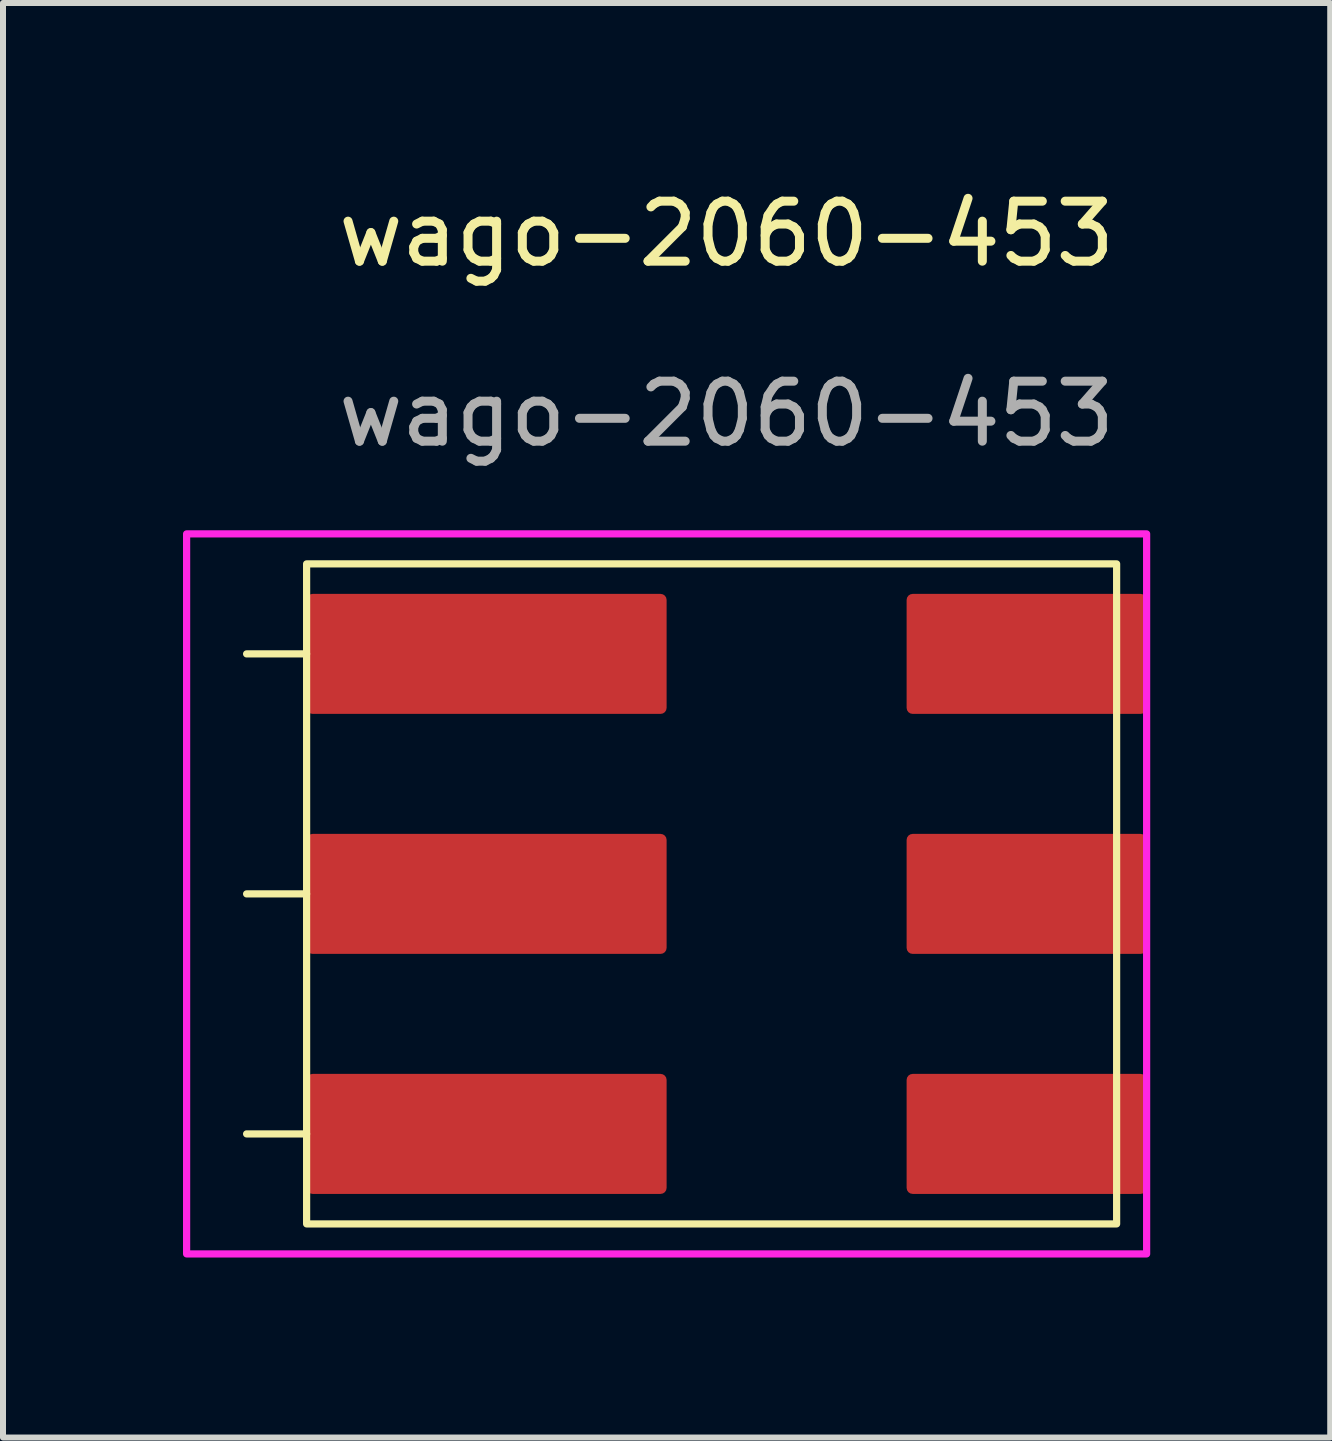
<source format=kicad_pcb>
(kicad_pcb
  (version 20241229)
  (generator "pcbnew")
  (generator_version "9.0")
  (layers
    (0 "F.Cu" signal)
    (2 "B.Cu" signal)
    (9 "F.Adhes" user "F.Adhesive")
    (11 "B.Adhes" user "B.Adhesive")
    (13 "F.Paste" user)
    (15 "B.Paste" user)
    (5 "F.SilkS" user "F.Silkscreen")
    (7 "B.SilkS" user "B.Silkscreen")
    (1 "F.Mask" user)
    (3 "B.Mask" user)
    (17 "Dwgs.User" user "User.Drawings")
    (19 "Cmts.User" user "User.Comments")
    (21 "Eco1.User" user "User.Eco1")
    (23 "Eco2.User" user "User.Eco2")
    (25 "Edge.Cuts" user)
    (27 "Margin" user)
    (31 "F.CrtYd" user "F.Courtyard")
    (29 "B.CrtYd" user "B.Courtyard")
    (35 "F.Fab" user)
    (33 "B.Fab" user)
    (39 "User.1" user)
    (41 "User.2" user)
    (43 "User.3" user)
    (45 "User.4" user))
  (footprint "wago-2060-453"
    (layer "F.Cu")
    (at 9.06 11.848)
    (property "Reference" "wago-2060-453" (at 0 -11 0) (unlocked yes) (layer "F.SilkS") (effects (font (size 1 1) (thickness 0.15))))
    (attr through_hole)
    (fp_line (start -7 -4) (end -8 -4) (stroke (width 0.12) (type solid)) (layer "F.SilkS"))
    (fp_line (start -7 0) (end -8 0) (stroke (width 0.12) (type solid)) (layer "F.SilkS"))
    (fp_line (start -7 4) (end -8 4) (stroke (width 0.12) (type solid)) (layer "F.SilkS"))
    (fp_rect (start -7 -5.5) (end 6.5 5.5) (stroke (width 0.12) (type solid)) (fill no) (layer "F.SilkS"))
    (fp_rect (start -9 -6) (end 7 6) (stroke (width 0.12) (type solid)) (fill no) (layer "F.CrtYd"))
    (fp_text user "${REFERENCE}" (at 0 -8 0) (unlocked yes) (layer "F.Fab") (effects (font (size 1 1) (thickness 0.15))))
    (pad "1" smd roundrect (at -4 -4) (size 6 2) (layers "F.Cu" "F.Mask" "F.Paste") (roundrect_rratio 0.05))
    (pad "1" smd roundrect (at 5 -4) (size 4 2) (layers "F.Cu" "F.Mask" "F.Paste") (roundrect_rratio 0.05))
    (pad "2" smd roundrect (at -4 0) (size 6 2) (layers "F.Cu" "F.Mask" "F.Paste") (roundrect_rratio 0.05))
    (pad "2" smd roundrect (at 5 0) (size 4 2) (layers "F.Cu" "F.Mask" "F.Paste") (roundrect_rratio 0.05))
    (pad "3" smd roundrect (at -4 4) (size 6 2) (layers "F.Cu" "F.Mask" "F.Paste") (roundrect_rratio 0.05))
    (pad "3" smd roundrect (at 5 4) (size 4 2) (layers "F.Cu" "F.Mask" "F.Paste") (roundrect_rratio 0.05)))
  (gr_rect
    (start -3 -3)
    (end 19.12 20.908)
    (stroke (width 0.1) (type default))
    (fill no)
    (layer "Edge.Cuts")))
</source>
